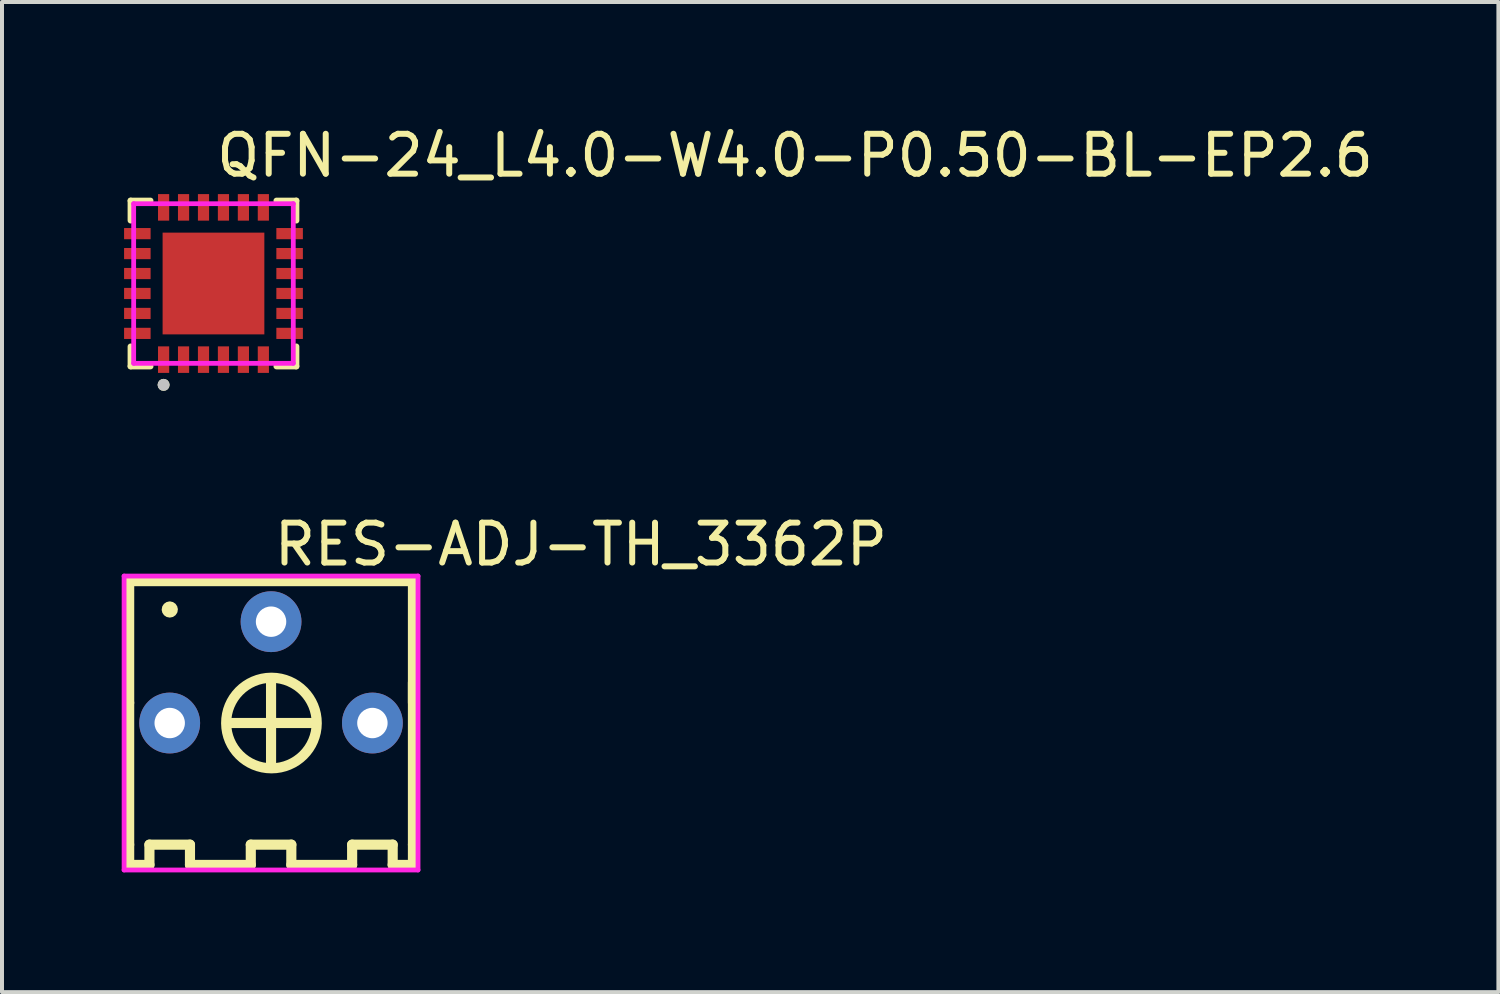
<source format=kicad_pcb>
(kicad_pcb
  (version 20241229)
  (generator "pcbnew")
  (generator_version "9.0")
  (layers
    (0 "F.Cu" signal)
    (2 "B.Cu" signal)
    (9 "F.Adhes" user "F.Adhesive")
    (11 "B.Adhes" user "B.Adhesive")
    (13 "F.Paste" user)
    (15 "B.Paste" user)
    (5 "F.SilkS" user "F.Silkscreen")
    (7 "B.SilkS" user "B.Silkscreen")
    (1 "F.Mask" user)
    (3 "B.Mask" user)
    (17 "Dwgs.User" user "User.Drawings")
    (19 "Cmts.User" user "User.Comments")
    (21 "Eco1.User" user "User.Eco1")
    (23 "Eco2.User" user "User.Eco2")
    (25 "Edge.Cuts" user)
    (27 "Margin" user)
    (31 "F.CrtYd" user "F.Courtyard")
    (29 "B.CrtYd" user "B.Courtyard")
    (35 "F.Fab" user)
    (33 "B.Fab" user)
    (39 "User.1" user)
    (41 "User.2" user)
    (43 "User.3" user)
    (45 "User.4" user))
  (footprint "RES-ADJ-TH_3362P"
    (layer "F.Cu")
    (at 3.743 13.8)
    (property "Reference" "RES-ADJ-TH_3362P" (at 0 -3.207 0) (layer "F.SilkS") (effects (font (size 1 1) (thickness 0.15)) (justify left)))
    (attr through_hole)
    (fp_line (start -3.556 -2.286) (end 3.556 -2.286) (stroke (width 0.254) (type solid)) (layer "F.SilkS"))
    (fp_line (start -3.556 0.762) (end -3.556 -2.286) (stroke (width 0.254) (type solid)) (layer "F.SilkS"))
    (fp_line (start -3.556 4.318) (end -3.556 0.762) (stroke (width 0.254) (type solid)) (layer "F.SilkS"))
    (fp_line (start -3.556 4.826) (end -3.556 4.318) (stroke (width 0.254) (type solid)) (layer "F.SilkS"))
    (fp_line (start -3.048 4.318) (end -3.048 4.826) (stroke (width 0.254) (type solid)) (layer "F.SilkS"))
    (fp_line (start -3.048 4.826) (end -3.556 4.826) (stroke (width 0.254) (type solid)) (layer "F.SilkS"))
    (fp_line (start -2.032 4.318) (end -3.048 4.318) (stroke (width 0.254) (type solid)) (layer "F.SilkS"))
    (fp_line (start -2.032 4.826) (end -2.032 4.318) (stroke (width 0.254) (type solid)) (layer "F.SilkS"))
    (fp_line (start -0.508 4.318) (end -0.508 4.826) (stroke (width 0.254) (type solid)) (layer "F.SilkS"))
    (fp_line (start -0.508 4.826) (end -2.032 4.826) (stroke (width 0.254) (type solid)) (layer "F.SilkS"))
    (fp_line (start 0 2.286) (end 0 0.254) (stroke (width 0.254) (type solid)) (layer "F.SilkS"))
    (fp_line (start 0.508 4.318) (end -0.508 4.318) (stroke (width 0.254) (type solid)) (layer "F.SilkS"))
    (fp_line (start 0.508 4.826) (end 0.508 4.318) (stroke (width 0.254) (type solid)) (layer "F.SilkS"))
    (fp_line (start 1.016 1.27) (end -1.016 1.27) (stroke (width 0.254) (type solid)) (layer "F.SilkS"))
    (fp_line (start 2.032 4.318) (end 2.032 4.826) (stroke (width 0.254) (type solid)) (layer "F.SilkS"))
    (fp_line (start 2.032 4.826) (end 0.508 4.826) (stroke (width 0.254) (type solid)) (layer "F.SilkS"))
    (fp_line (start 3.048 4.318) (end 2.032 4.318) (stroke (width 0.254) (type solid)) (layer "F.SilkS"))
    (fp_line (start 3.048 4.826) (end 3.048 4.318) (stroke (width 0.254) (type solid)) (layer "F.SilkS"))
    (fp_line (start 3.556 -2.286) (end 3.556 0.762) (stroke (width 0.254) (type solid)) (layer "F.SilkS"))
    (fp_line (start 3.556 0.254) (end 3.556 4.318) (stroke (width 0.254) (type solid)) (layer "F.SilkS"))
    (fp_line (start 3.556 4.318) (end 3.556 4.826) (stroke (width 0.254) (type solid)) (layer "F.SilkS"))
    (fp_line (start 3.556 4.826) (end 3.048 4.826) (stroke (width 0.254) (type solid)) (layer "F.SilkS"))
    (fp_arc (start -2.537 -1.651) (mid -2.539733 -1.498977) (end -2.539534 -1.651024) (stroke (width 0.254) (type solid)) (layer "F.SilkS"))
    (fp_arc (start 0.02 0.135) (mid 0.010152 2.405044) (end -0.000304 0.135003) (stroke (width 0.254) (type solid)) (layer "F.SilkS"))
    (fp_circle (center -3.683 4.953) (end -3.653 4.953) (stroke (width 0.06) (type solid)) (fill no) (layer "Eco2.User"))
    (fp_circle (center -2.54 1.27) (end -2.4 1.27) (stroke (width 0.281) (type solid)) (fill no) (layer "Eco2.User"))
    (fp_circle (center 0 -1.27) (end 0.14 -1.27) (stroke (width 0.281) (type solid)) (fill no) (layer "Eco2.User"))
    (fp_circle (center 2.54 1.27) (end 2.68 1.27) (stroke (width 0.281) (type solid)) (fill no) (layer "Eco2.User"))
    (fp_line (start -3.683 -2.413) (end 3.683 -2.413) (stroke (width 0.12) (type solid)) (layer "F.CrtYd"))
    (fp_line (start -3.683 4.953) (end -3.683 -2.413) (stroke (width 0.12) (type solid)) (layer "F.CrtYd"))
    (fp_line (start 3.683 -2.413) (end 3.683 4.953) (stroke (width 0.12) (type solid)) (layer "F.CrtYd"))
    (fp_line (start 3.683 4.953) (end -3.683 4.953) (stroke (width 0.12) (type solid)) (layer "F.CrtYd"))
    (pad "1" thru_hole circle (at -2.54 1.27) (size 1.524 1.524) (drill 0.762) (layers "*.Cu" "*.Mask"))
    (pad "2" thru_hole circle (at 0 -1.27) (size 1.524 1.524) (drill 0.762) (layers "*.Cu" "*.Mask"))
    (pad "3" thru_hole circle (at 2.54 1.27) (size 1.524 1.524) (drill 0.762) (layers "*.Cu" "*.Mask")))
  (footprint "QFN-24_L4.0-W4.0-P0.50-BL-EP2.6"
    (layer "F.Cu")
    (at 2.3 4.055)
    (property "Reference" "QFN-24_L4.0-W4.0-P0.50-BL-EP2.6" (at 0 -3.207 0) (layer "F.SilkS") (effects (font (size 1 1) (thickness 0.15)) (justify left)))
    (attr through_hole)
    (fp_line (start -2.076 -2.076) (end -1.58 -2.076) (stroke (width 0.152) (type solid)) (layer "F.SilkS"))
    (fp_line (start -2.076 -1.58) (end -2.076 -2.076) (stroke (width 0.152) (type solid)) (layer "F.SilkS"))
    (fp_line (start -2.076 1.58) (end -2.076 2.076) (stroke (width 0.152) (type solid)) (layer "F.SilkS"))
    (fp_line (start -2.076 2.076) (end -1.58 2.076) (stroke (width 0.152) (type solid)) (layer "F.SilkS"))
    (fp_line (start 2.076 -2.076) (end 1.58 -2.076) (stroke (width 0.152) (type solid)) (layer "F.SilkS"))
    (fp_line (start 2.076 -1.58) (end 2.076 -2.076) (stroke (width 0.152) (type solid)) (layer "F.SilkS"))
    (fp_line (start 2.076 1.58) (end 2.076 2.076) (stroke (width 0.152) (type solid)) (layer "F.SilkS"))
    (fp_line (start 2.076 2.076) (end 1.58 2.076) (stroke (width 0.152) (type solid)) (layer "F.SilkS"))
    (fp_circle (center -1.25 2.54) (end -1.175 2.54) (stroke (width 0.15) (type solid)) (fill no) (layer "F.SilkS"))
    (fp_poly (pts (xy -1.575 -1.11) (xy -1.575 -1.39) (xy -2.24 -1.39) (xy -2.24 -1.11)) (stroke (width 0.12) (type solid)) (fill yes) (layer "F.Paste"))
    (fp_poly (pts (xy -1.575 -0.61) (xy -1.575 -0.89) (xy -2.24 -0.89) (xy -2.24 -0.61)) (stroke (width 0.12) (type solid)) (fill yes) (layer "F.Paste"))
    (fp_poly (pts (xy -1.575 -0.11) (xy -1.575 -0.39) (xy -2.24 -0.39) (xy -2.24 -0.11)) (stroke (width 0.12) (type solid)) (fill yes) (layer "F.Paste"))
    (fp_poly (pts (xy -1.575 0.39) (xy -1.575 0.11) (xy -2.24 0.11) (xy -2.24 0.39)) (stroke (width 0.12) (type solid)) (fill yes) (layer "F.Paste"))
    (fp_poly (pts (xy -1.575 0.89) (xy -1.575 0.61) (xy -2.24 0.61) (xy -2.24 0.89)) (stroke (width 0.12) (type solid)) (fill yes) (layer "F.Paste"))
    (fp_poly (pts (xy -1.575 1.39) (xy -1.575 1.11) (xy -2.24 1.11) (xy -2.24 1.39)) (stroke (width 0.12) (type solid)) (fill yes) (layer "F.Paste"))
    (fp_poly (pts (xy -1.39 -2.24) (xy -1.39 -1.575) (xy -1.11 -1.575) (xy -1.11 -2.24)) (stroke (width 0.12) (type solid)) (fill yes) (layer "F.Paste"))
    (fp_poly (pts (xy -1.39 2.24) (xy -1.39 1.575) (xy -1.11 1.575) (xy -1.11 2.24)) (stroke (width 0.12) (type solid)) (fill yes) (layer "F.Paste"))
    (fp_poly (pts (xy -1.02 -1.02) (xy 1.02 -1.02) (xy 1.02 1.02) (xy -1.02 1.02)) (stroke (width 0.12) (type solid)) (fill yes) (layer "F.Paste"))
    (fp_poly (pts (xy -0.89 -2.24) (xy -0.89 -1.575) (xy -0.61 -1.575) (xy -0.61 -2.24)) (stroke (width 0.12) (type solid)) (fill yes) (layer "F.Paste"))
    (fp_poly (pts (xy -0.89 2.24) (xy -0.89 1.575) (xy -0.61 1.575) (xy -0.61 2.24)) (stroke (width 0.12) (type solid)) (fill yes) (layer "F.Paste"))
    (fp_poly (pts (xy -0.39 -2.24) (xy -0.39 -1.575) (xy -0.11 -1.575) (xy -0.11 -2.24)) (stroke (width 0.12) (type solid)) (fill yes) (layer "F.Paste"))
    (fp_poly (pts (xy -0.39 2.24) (xy -0.39 1.575) (xy -0.11 1.575) (xy -0.11 2.24)) (stroke (width 0.12) (type solid)) (fill yes) (layer "F.Paste"))
    (fp_poly (pts (xy 0.11 -2.24) (xy 0.11 -1.575) (xy 0.39 -1.575) (xy 0.39 -2.24)) (stroke (width 0.12) (type solid)) (fill yes) (layer "F.Paste"))
    (fp_poly (pts (xy 0.11 2.24) (xy 0.11 1.575) (xy 0.39 1.575) (xy 0.39 2.24)) (stroke (width 0.12) (type solid)) (fill yes) (layer "F.Paste"))
    (fp_poly (pts (xy 0.61 -2.24) (xy 0.61 -1.575) (xy 0.89 -1.575) (xy 0.89 -2.24)) (stroke (width 0.12) (type solid)) (fill yes) (layer "F.Paste"))
    (fp_poly (pts (xy 0.61 2.24) (xy 0.61 1.575) (xy 0.89 1.575) (xy 0.89 2.24)) (stroke (width 0.12) (type solid)) (fill yes) (layer "F.Paste"))
    (fp_poly (pts (xy 1.11 -2.24) (xy 1.11 -1.575) (xy 1.39 -1.575) (xy 1.39 -2.24)) (stroke (width 0.12) (type solid)) (fill yes) (layer "F.Paste"))
    (fp_poly (pts (xy 1.11 2.24) (xy 1.11 1.575) (xy 1.39 1.575) (xy 1.39 2.24)) (stroke (width 0.12) (type solid)) (fill yes) (layer "F.Paste"))
    (fp_poly (pts (xy 2.24 -1.11) (xy 2.24 -1.39) (xy 1.575 -1.39) (xy 1.575 -1.11)) (stroke (width 0.12) (type solid)) (fill yes) (layer "F.Paste"))
    (fp_poly (pts (xy 2.24 -0.61) (xy 2.24 -0.89) (xy 1.575 -0.89) (xy 1.575 -0.61)) (stroke (width 0.12) (type solid)) (fill yes) (layer "F.Paste"))
    (fp_poly (pts (xy 2.24 -0.11) (xy 2.24 -0.39) (xy 1.575 -0.39) (xy 1.575 -0.11)) (stroke (width 0.12) (type solid)) (fill yes) (layer "F.Paste"))
    (fp_poly (pts (xy 2.24 0.39) (xy 2.24 0.11) (xy 1.575 0.11) (xy 1.575 0.39)) (stroke (width 0.12) (type solid)) (fill yes) (layer "F.Paste"))
    (fp_poly (pts (xy 2.24 0.89) (xy 2.24 0.61) (xy 1.575 0.61) (xy 1.575 0.89)) (stroke (width 0.12) (type solid)) (fill yes) (layer "F.Paste"))
    (fp_poly (pts (xy 2.24 1.39) (xy 2.24 1.11) (xy 1.575 1.11) (xy 1.575 1.39)) (stroke (width 0.12) (type solid)) (fill yes) (layer "F.Paste"))
    (fp_circle (center -1.25 2.54) (end -1.175 2.54) (stroke (width 0.15) (type solid)) (fill no) (layer "Dwgs.User"))
    (fp_circle (center -2 2) (end -1.97 2) (stroke (width 0.06) (type solid)) (fill no) (layer "Eco2.User"))
    (fp_poly (pts (xy -1.6 -1.13) (xy -1.6 -1.37) (xy -2 -1.37) (xy -2 -1.13)) (stroke (width 0.12) (type solid)) (fill no) (layer "Eco2.User"))
    (fp_poly (pts (xy -1.6 -0.63) (xy -1.6 -0.87) (xy -2 -0.87) (xy -2 -0.63)) (stroke (width 0.12) (type solid)) (fill no) (layer "Eco2.User"))
    (fp_poly (pts (xy -1.6 -0.13) (xy -1.6 -0.37) (xy -2 -0.37) (xy -2 -0.13)) (stroke (width 0.12) (type solid)) (fill no) (layer "Eco2.User"))
    (fp_poly (pts (xy -1.6 0.37) (xy -1.6 0.13) (xy -2 0.13) (xy -2 0.37)) (stroke (width 0.12) (type solid)) (fill no) (layer "Eco2.User"))
    (fp_poly (pts (xy -1.6 0.87) (xy -1.6 0.63) (xy -2 0.63) (xy -2 0.87)) (stroke (width 0.12) (type solid)) (fill no) (layer "Eco2.User"))
    (fp_poly (pts (xy -1.6 1.37) (xy -1.6 1.13) (xy -2 1.13) (xy -2 1.37)) (stroke (width 0.12) (type solid)) (fill no) (layer "Eco2.User"))
    (fp_poly (pts (xy -1.37 -2) (xy -1.37 -1.6) (xy -1.13 -1.6) (xy -1.13 -2)) (stroke (width 0.12) (type solid)) (fill no) (layer "Eco2.User"))
    (fp_poly (pts (xy -1.37 2) (xy -1.37 1.6) (xy -1.13 1.6) (xy -1.13 2)) (stroke (width 0.12) (type solid)) (fill no) (layer "Eco2.User"))
    (fp_poly (pts (xy -1.3 -1.3) (xy 1.3 -1.3) (xy 1.3 1.3) (xy -1.3 1.3)) (stroke (width 0.12) (type solid)) (fill no) (layer "Eco2.User"))
    (fp_poly (pts (xy -0.87 -2) (xy -0.87 -1.6) (xy -0.63 -1.6) (xy -0.63 -2)) (stroke (width 0.12) (type solid)) (fill no) (layer "Eco2.User"))
    (fp_poly (pts (xy -0.87 2) (xy -0.87 1.6) (xy -0.63 1.6) (xy -0.63 2)) (stroke (width 0.12) (type solid)) (fill no) (layer "Eco2.User"))
    (fp_poly (pts (xy -0.37 -2) (xy -0.37 -1.6) (xy -0.13 -1.6) (xy -0.13 -2)) (stroke (width 0.12) (type solid)) (fill no) (layer "Eco2.User"))
    (fp_poly (pts (xy -0.37 2) (xy -0.37 1.6) (xy -0.13 1.6) (xy -0.13 2)) (stroke (width 0.12) (type solid)) (fill no) (layer "Eco2.User"))
    (fp_poly (pts (xy 0.13 -2) (xy 0.13 -1.6) (xy 0.37 -1.6) (xy 0.37 -2)) (stroke (width 0.12) (type solid)) (fill no) (layer "Eco2.User"))
    (fp_poly (pts (xy 0.13 2) (xy 0.13 1.6) (xy 0.37 1.6) (xy 0.37 2)) (stroke (width 0.12) (type solid)) (fill no) (layer "Eco2.User"))
    (fp_poly (pts (xy 0.63 -2) (xy 0.63 -1.6) (xy 0.87 -1.6) (xy 0.87 -2)) (stroke (width 0.12) (type solid)) (fill no) (layer "Eco2.User"))
    (fp_poly (pts (xy 0.63 2) (xy 0.63 1.6) (xy 0.87 1.6) (xy 0.87 2)) (stroke (width 0.12) (type solid)) (fill no) (layer "Eco2.User"))
    (fp_poly (pts (xy 1.13 -2) (xy 1.13 -1.6) (xy 1.37 -1.6) (xy 1.37 -2)) (stroke (width 0.12) (type solid)) (fill no) (layer "Eco2.User"))
    (fp_poly (pts (xy 1.13 2) (xy 1.13 1.6) (xy 1.37 1.6) (xy 1.37 2)) (stroke (width 0.12) (type solid)) (fill no) (layer "Eco2.User"))
    (fp_poly (pts (xy 1.6 -1.13) (xy 1.6 -1.37) (xy 2 -1.37) (xy 2 -1.13)) (stroke (width 0.12) (type solid)) (fill no) (layer "Eco2.User"))
    (fp_poly (pts (xy 1.6 -0.63) (xy 1.6 -0.87) (xy 2 -0.87) (xy 2 -0.63)) (stroke (width 0.12) (type solid)) (fill no) (layer "Eco2.User"))
    (fp_poly (pts (xy 1.6 -0.13) (xy 1.6 -0.37) (xy 2 -0.37) (xy 2 -0.13)) (stroke (width 0.12) (type solid)) (fill no) (layer "Eco2.User"))
    (fp_poly (pts (xy 1.6 0.37) (xy 1.6 0.13) (xy 2 0.13) (xy 2 0.37)) (stroke (width 0.12) (type solid)) (fill no) (layer "Eco2.User"))
    (fp_poly (pts (xy 1.6 0.87) (xy 1.6 0.63) (xy 2 0.63) (xy 2 0.87)) (stroke (width 0.12) (type solid)) (fill no) (layer "Eco2.User"))
    (fp_poly (pts (xy 1.6 1.37) (xy 1.6 1.13) (xy 2 1.13) (xy 2 1.37)) (stroke (width 0.12) (type solid)) (fill no) (layer "Eco2.User"))
    (fp_line (start -2 -2) (end 2 -2) (stroke (width 0.12) (type solid)) (layer "F.CrtYd"))
    (fp_line (start -2 2) (end -2 -2) (stroke (width 0.12) (type solid)) (layer "F.CrtYd"))
    (fp_line (start 2 -2) (end 2 2) (stroke (width 0.12) (type solid)) (layer "F.CrtYd"))
    (fp_line (start 2 2) (end -2 2) (stroke (width 0.12) (type solid)) (layer "F.CrtYd"))
    (pad "1" smd rect (at -1.25 1.908) (size 0.28 0.665) (layers "F.Cu" "F.Mask" "F.Paste"))
    (pad "2" smd rect (at -0.75 1.908) (size 0.28 0.665) (layers "F.Cu" "F.Mask" "F.Paste"))
    (pad "3" smd rect (at -0.25 1.908) (size 0.28 0.665) (layers "F.Cu" "F.Mask" "F.Paste"))
    (pad "4" smd rect (at 0.25 1.908) (size 0.28 0.665) (layers "F.Cu" "F.Mask" "F.Paste"))
    (pad "5" smd rect (at 0.75 1.908) (size 0.28 0.665) (layers "F.Cu" "F.Mask" "F.Paste"))
    (pad "6" smd rect (at 1.25 1.908) (size 0.28 0.665) (layers "F.Cu" "F.Mask" "F.Paste"))
    (pad "7" smd rect (at 1.908 1.25) (size 0.665 0.28) (layers "F.Cu" "F.Mask" "F.Paste"))
    (pad "8" smd rect (at 1.908 0.75) (size 0.665 0.28) (layers "F.Cu" "F.Mask" "F.Paste"))
    (pad "9" smd rect (at 1.908 0.25) (size 0.665 0.28) (layers "F.Cu" "F.Mask" "F.Paste"))
    (pad "10" smd rect (at 1.908 -0.25) (size 0.665 0.28) (layers "F.Cu" "F.Mask" "F.Paste"))
    (pad "11" smd rect (at 1.908 -0.75) (size 0.665 0.28) (layers "F.Cu" "F.Mask" "F.Paste"))
    (pad "12" smd rect (at 1.908 -1.25) (size 0.665 0.28) (layers "F.Cu" "F.Mask" "F.Paste"))
    (pad "13" smd rect (at 1.25 -1.908) (size 0.28 0.665) (layers "F.Cu" "F.Mask" "F.Paste"))
    (pad "14" smd rect (at 0.75 -1.908) (size 0.28 0.665) (layers "F.Cu" "F.Mask" "F.Paste"))
    (pad "15" smd rect (at 0.25 -1.908) (size 0.28 0.665) (layers "F.Cu" "F.Mask" "F.Paste"))
    (pad "16" smd rect (at -0.25 -1.908) (size 0.28 0.665) (layers "F.Cu" "F.Mask" "F.Paste"))
    (pad "17" smd rect (at -0.75 -1.908) (size 0.28 0.665) (layers "F.Cu" "F.Mask" "F.Paste"))
    (pad "18" smd rect (at -1.25 -1.908) (size 0.28 0.665) (layers "F.Cu" "F.Mask" "F.Paste"))
    (pad "19" smd rect (at -1.908 -1.25) (size 0.665 0.28) (layers "F.Cu" "F.Mask" "F.Paste"))
    (pad "20" smd rect (at -1.908 -0.75) (size 0.665 0.28) (layers "F.Cu" "F.Mask" "F.Paste"))
    (pad "21" smd rect (at -1.908 -0.25) (size 0.665 0.28) (layers "F.Cu" "F.Mask" "F.Paste"))
    (pad "22" smd rect (at -1.908 0.25) (size 0.665 0.28) (layers "F.Cu" "F.Mask" "F.Paste"))
    (pad "23" smd rect (at -1.908 0.75) (size 0.665 0.28) (layers "F.Cu" "F.Mask" "F.Paste"))
    (pad "24" smd rect (at -1.908 1.25) (size 0.665 0.28) (layers "F.Cu" "F.Mask" "F.Paste"))
    (pad "25" smd rect (at 0 0) (size 2.55 2.55) (layers "F.Cu" "F.Mask" "F.Paste")))
  (gr_rect
    (start -3 -3)
    (end 34.502 21.814)
    (stroke (width 0.1) (type default))
    (fill no)
    (layer "Edge.Cuts")))
</source>
